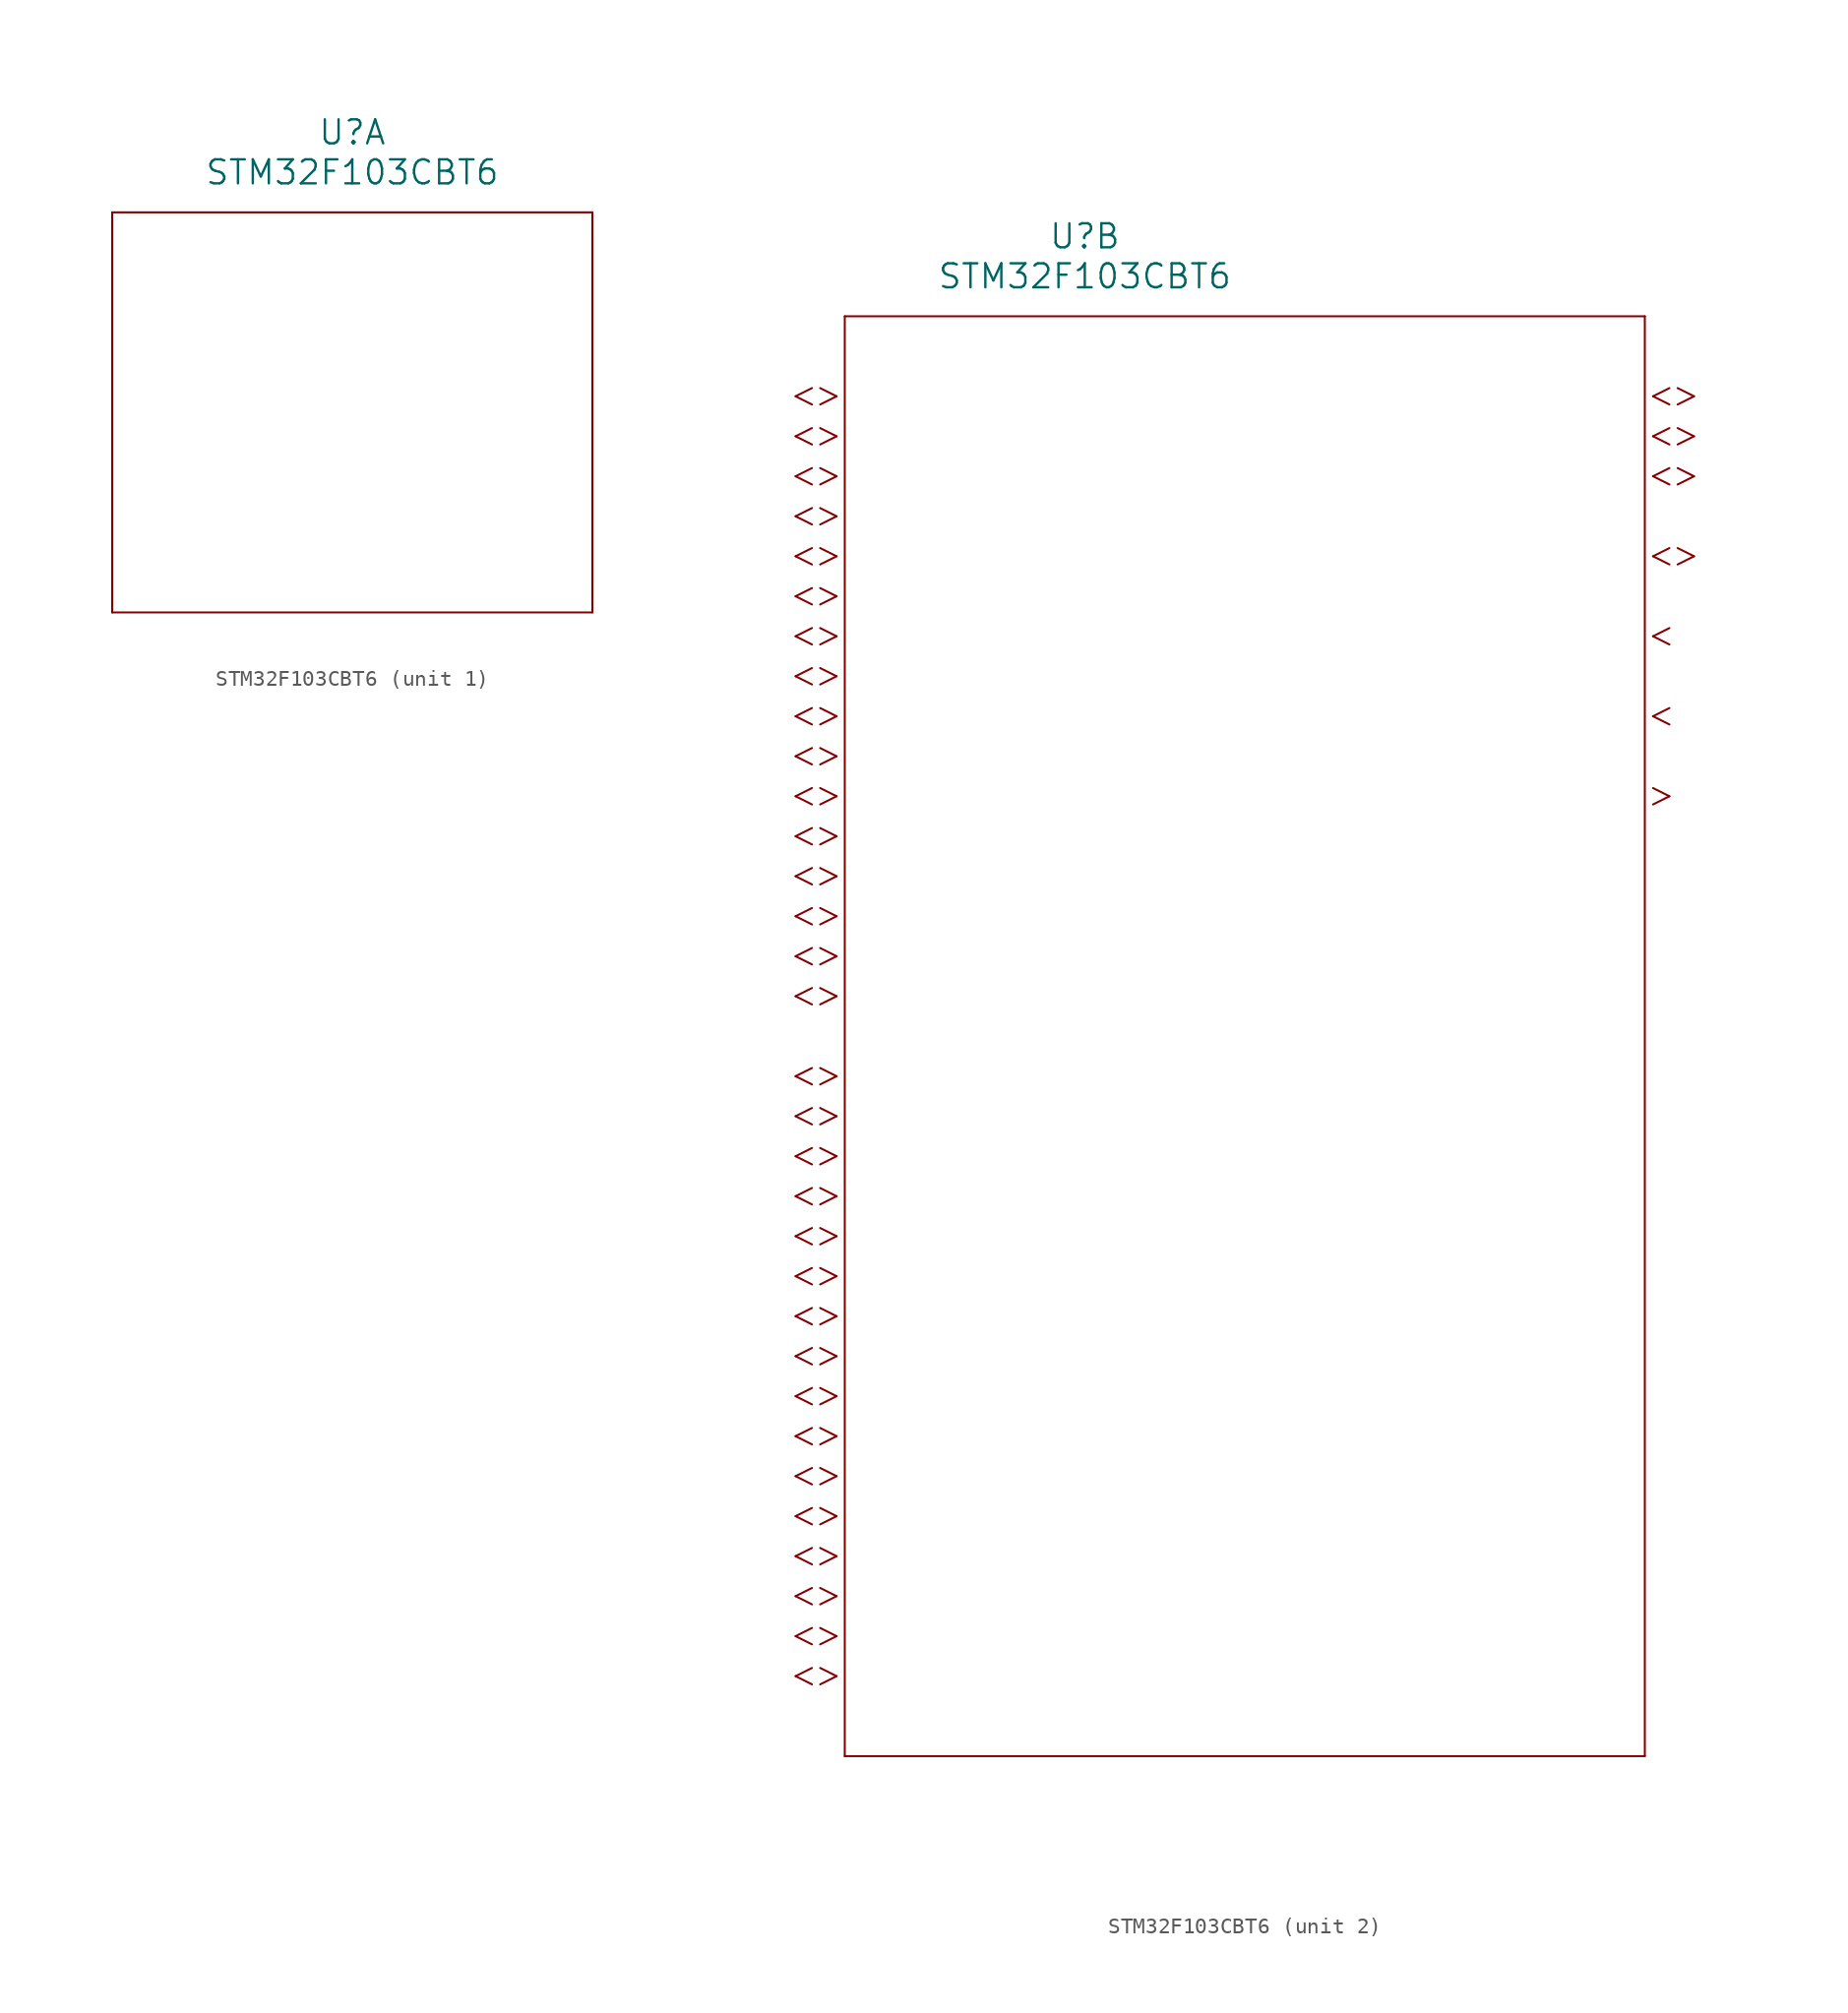
<source format=kicad_sym>
(kicad_symbol_lib
  (version 20211014)
  (generator kicad_symbol_editor)
  (symbol "STM32F103CBT6"
    (pin_names
      (offset 0.254))
    (property "Reference" "U"
      (at 22.86 10.16 0)
      (effects (font (size 1.524 1.524))))
    (property "Value" "STM32F103CBT6"
      (at 22.86 7.62 0)
      (effects (font (size 1.524 1.524))))
    (symbol "STM32F103CBT6_1_1"
      (polyline (pts (xy 7.62 5.08) (xy 7.62 -20.32)) (stroke (width 0.127) (type default) (color 0 0 0 0)) (fill (type none)))
      (polyline (pts (xy 7.62 -20.32) (xy 38.1 -20.32)) (stroke (width 0.127) (type default) (color 0 0 0 0)) (fill (type none)))
      (polyline (pts (xy 38.1 -20.32) (xy 38.1 5.08)) (stroke (width 0.127) (type default) (color 0 0 0 0)) (fill (type none)))
      (polyline (pts (xy 38.1 5.08) (xy 7.62 5.08)) (stroke (width 0.127) (type default) (color 0 0 0 0)) (fill (type none))))
    (symbol "STM32F103CBT6_2_1"
      (polyline (pts (xy 7.099 0) (xy 6.058 0.521)) (stroke (width 0.127) (type default) (color 0 0 0 0)) (fill (type none)))
      (polyline (pts (xy 7.099 0) (xy 6.058 -0.521)) (stroke (width 0.127) (type default) (color 0 0 0 0)) (fill (type none)))
      (polyline (pts (xy 5.537 0.521) (xy 4.496 0)) (stroke (width 0.127) (type default) (color 0 0 0 0)) (fill (type none)))
      (polyline (pts (xy 5.537 -0.521) (xy 4.496 0)) (stroke (width 0.127) (type default) (color 0 0 0 0)) (fill (type none)))
      (polyline (pts (xy 7.099 -2.54) (xy 6.058 -2.019)) (stroke (width 0.127) (type default) (color 0 0 0 0)) (fill (type none)))
      (polyline (pts (xy 7.099 -2.54) (xy 6.058 -3.061)) (stroke (width 0.127) (type default) (color 0 0 0 0)) (fill (type none)))
      (polyline (pts (xy 5.537 -2.019) (xy 4.496 -2.54)) (stroke (width 0.127) (type default) (color 0 0 0 0)) (fill (type none)))
      (polyline (pts (xy 5.537 -3.061) (xy 4.496 -2.54)) (stroke (width 0.127) (type default) (color 0 0 0 0)) (fill (type none)))
      (polyline (pts (xy 7.099 -5.08) (xy 6.058 -4.559)) (stroke (width 0.127) (type default) (color 0 0 0 0)) (fill (type none)))
      (polyline (pts (xy 7.099 -5.08) (xy 6.058 -5.601)) (stroke (width 0.127) (type default) (color 0 0 0 0)) (fill (type none)))
      (polyline (pts (xy 5.537 -4.559) (xy 4.496 -5.08)) (stroke (width 0.127) (type default) (color 0 0 0 0)) (fill (type none)))
      (polyline (pts (xy 5.537 -5.601) (xy 4.496 -5.08)) (stroke (width 0.127) (type default) (color 0 0 0 0)) (fill (type none)))
      (polyline (pts (xy 7.099 -7.62) (xy 6.058 -7.099)) (stroke (width 0.127) (type default) (color 0 0 0 0)) (fill (type none)))
      (polyline (pts (xy 7.099 -7.62) (xy 6.058 -8.141)) (stroke (width 0.127) (type default) (color 0 0 0 0)) (fill (type none)))
      (polyline (pts (xy 5.537 -7.099) (xy 4.496 -7.62)) (stroke (width 0.127) (type default) (color 0 0 0 0)) (fill (type none)))
      (polyline (pts (xy 5.537 -8.141) (xy 4.496 -7.62)) (stroke (width 0.127) (type default) (color 0 0 0 0)) (fill (type none)))
      (polyline (pts (xy 7.099 -10.16) (xy 6.058 -9.639)) (stroke (width 0.127) (type default) (color 0 0 0 0)) (fill (type none)))
      (polyline (pts (xy 7.099 -10.16) (xy 6.058 -10.681)) (stroke (width 0.127) (type default) (color 0 0 0 0)) (fill (type none)))
      (polyline (pts (xy 5.537 -9.639) (xy 4.496 -10.16)) (stroke (width 0.127) (type default) (color 0 0 0 0)) (fill (type none)))
      (polyline (pts (xy 5.537 -10.681) (xy 4.496 -10.16)) (stroke (width 0.127) (type default) (color 0 0 0 0)) (fill (type none)))
      (polyline (pts (xy 7.099 -12.7) (xy 6.058 -12.179)) (stroke (width 0.127) (type default) (color 0 0 0 0)) (fill (type none)))
      (polyline (pts (xy 7.099 -12.7) (xy 6.058 -13.221)) (stroke (width 0.127) (type default) (color 0 0 0 0)) (fill (type none)))
      (polyline (pts (xy 5.537 -12.179) (xy 4.496 -12.7)) (stroke (width 0.127) (type default) (color 0 0 0 0)) (fill (type none)))
      (polyline (pts (xy 5.537 -13.221) (xy 4.496 -12.7)) (stroke (width 0.127) (type default) (color 0 0 0 0)) (fill (type none)))
      (polyline (pts (xy 7.099 -15.24) (xy 6.058 -14.719)) (stroke (width 0.127) (type default) (color 0 0 0 0)) (fill (type none)))
      (polyline (pts (xy 7.099 -15.24) (xy 6.058 -15.761)) (stroke (width 0.127) (type default) (color 0 0 0 0)) (fill (type none)))
      (polyline (pts (xy 5.537 -14.719) (xy 4.496 -15.24)) (stroke (width 0.127) (type default) (color 0 0 0 0)) (fill (type none)))
      (polyline (pts (xy 5.537 -15.761) (xy 4.496 -15.24)) (stroke (width 0.127) (type default) (color 0 0 0 0)) (fill (type none)))
      (polyline (pts (xy 7.099 -17.78) (xy 6.058 -17.259)) (stroke (width 0.127) (type default) (color 0 0 0 0)) (fill (type none)))
      (polyline (pts (xy 7.099 -17.78) (xy 6.058 -18.301)) (stroke (width 0.127) (type default) (color 0 0 0 0)) (fill (type none)))
      (polyline (pts (xy 5.537 -17.259) (xy 4.496 -17.78)) (stroke (width 0.127) (type default) (color 0 0 0 0)) (fill (type none)))
      (polyline (pts (xy 5.537 -18.301) (xy 4.496 -17.78)) (stroke (width 0.127) (type default) (color 0 0 0 0)) (fill (type none)))
      (polyline (pts (xy 7.099 -20.32) (xy 6.058 -19.799)) (stroke (width 0.127) (type default) (color 0 0 0 0)) (fill (type none)))
      (polyline (pts (xy 7.099 -20.32) (xy 6.058 -20.841)) (stroke (width 0.127) (type default) (color 0 0 0 0)) (fill (type none)))
      (polyline (pts (xy 5.537 -19.799) (xy 4.496 -20.32)) (stroke (width 0.127) (type default) (color 0 0 0 0)) (fill (type none)))
      (polyline (pts (xy 5.537 -20.841) (xy 4.496 -20.32)) (stroke (width 0.127) (type default) (color 0 0 0 0)) (fill (type none)))
      (polyline (pts (xy 7.099 -22.86) (xy 6.058 -22.339)) (stroke (width 0.127) (type default) (color 0 0 0 0)) (fill (type none)))
      (polyline (pts (xy 7.099 -22.86) (xy 6.058 -23.381)) (stroke (width 0.127) (type default) (color 0 0 0 0)) (fill (type none)))
      (polyline (pts (xy 5.537 -22.339) (xy 4.496 -22.86)) (stroke (width 0.127) (type default) (color 0 0 0 0)) (fill (type none)))
      (polyline (pts (xy 5.537 -23.381) (xy 4.496 -22.86)) (stroke (width 0.127) (type default) (color 0 0 0 0)) (fill (type none)))
      (polyline (pts (xy 7.099 -25.4) (xy 6.058 -24.879)) (stroke (width 0.127) (type default) (color 0 0 0 0)) (fill (type none)))
      (polyline (pts (xy 7.099 -25.4) (xy 6.058 -25.921)) (stroke (width 0.127) (type default) (color 0 0 0 0)) (fill (type none)))
      (polyline (pts (xy 5.537 -24.879) (xy 4.496 -25.4)) (stroke (width 0.127) (type default) (color 0 0 0 0)) (fill (type none)))
      (polyline (pts (xy 5.537 -25.921) (xy 4.496 -25.4)) (stroke (width 0.127) (type default) (color 0 0 0 0)) (fill (type none)))
      (polyline (pts (xy 7.099 -27.94) (xy 6.058 -27.419)) (stroke (width 0.127) (type default) (color 0 0 0 0)) (fill (type none)))
      (polyline (pts (xy 7.099 -27.94) (xy 6.058 -28.461)) (stroke (width 0.127) (type default) (color 0 0 0 0)) (fill (type none)))
      (polyline (pts (xy 5.537 -27.419) (xy 4.496 -27.94)) (stroke (width 0.127) (type default) (color 0 0 0 0)) (fill (type none)))
      (polyline (pts (xy 5.537 -28.461) (xy 4.496 -27.94)) (stroke (width 0.127) (type default) (color 0 0 0 0)) (fill (type none)))
      (polyline (pts (xy 7.099 -30.48) (xy 6.058 -29.959)) (stroke (width 0.127) (type default) (color 0 0 0 0)) (fill (type none)))
      (polyline (pts (xy 7.099 -30.48) (xy 6.058 -31.001)) (stroke (width 0.127) (type default) (color 0 0 0 0)) (fill (type none)))
      (polyline (pts (xy 5.537 -29.959) (xy 4.496 -30.48)) (stroke (width 0.127) (type default) (color 0 0 0 0)) (fill (type none)))
      (polyline (pts (xy 5.537 -31.001) (xy 4.496 -30.48)) (stroke (width 0.127) (type default) (color 0 0 0 0)) (fill (type none)))
      (polyline (pts (xy 7.099 -33.02) (xy 6.058 -32.499)) (stroke (width 0.127) (type default) (color 0 0 0 0)) (fill (type none)))
      (polyline (pts (xy 7.099 -33.02) (xy 6.058 -33.541)) (stroke (width 0.127) (type default) (color 0 0 0 0)) (fill (type none)))
      (polyline (pts (xy 5.537 -32.499) (xy 4.496 -33.02)) (stroke (width 0.127) (type default) (color 0 0 0 0)) (fill (type none)))
      (polyline (pts (xy 5.537 -33.541) (xy 4.496 -33.02)) (stroke (width 0.127) (type default) (color 0 0 0 0)) (fill (type none)))
      (polyline (pts (xy 7.099 -35.56) (xy 6.058 -35.039)) (stroke (width 0.127) (type default) (color 0 0 0 0)) (fill (type none)))
      (polyline (pts (xy 7.099 -35.56) (xy 6.058 -36.081)) (stroke (width 0.127) (type default) (color 0 0 0 0)) (fill (type none)))
      (polyline (pts (xy 5.537 -35.039) (xy 4.496 -35.56)) (stroke (width 0.127) (type default) (color 0 0 0 0)) (fill (type none)))
      (polyline (pts (xy 5.537 -36.081) (xy 4.496 -35.56)) (stroke (width 0.127) (type default) (color 0 0 0 0)) (fill (type none)))
      (polyline (pts (xy 7.099 -38.1) (xy 6.058 -37.579)) (stroke (width 0.127) (type default) (color 0 0 0 0)) (fill (type none)))
      (polyline (pts (xy 7.099 -38.1) (xy 6.058 -38.621)) (stroke (width 0.127) (type default) (color 0 0 0 0)) (fill (type none)))
      (polyline (pts (xy 5.537 -37.579) (xy 4.496 -38.1)) (stroke (width 0.127) (type default) (color 0 0 0 0)) (fill (type none)))
      (polyline (pts (xy 5.537 -38.621) (xy 4.496 -38.1)) (stroke (width 0.127) (type default) (color 0 0 0 0)) (fill (type none)))
      (polyline (pts (xy 7.099 -43.18) (xy 6.058 -42.659)) (stroke (width 0.127) (type default) (color 0 0 0 0)) (fill (type none)))
      (polyline (pts (xy 7.099 -43.18) (xy 6.058 -43.701)) (stroke (width 0.127) (type default) (color 0 0 0 0)) (fill (type none)))
      (polyline (pts (xy 5.537 -42.659) (xy 4.496 -43.18)) (stroke (width 0.127) (type default) (color 0 0 0 0)) (fill (type none)))
      (polyline (pts (xy 5.537 -43.701) (xy 4.496 -43.18)) (stroke (width 0.127) (type default) (color 0 0 0 0)) (fill (type none)))
      (polyline (pts (xy 7.099 -45.72) (xy 6.058 -45.199)) (stroke (width 0.127) (type default) (color 0 0 0 0)) (fill (type none)))
      (polyline (pts (xy 7.099 -45.72) (xy 6.058 -46.241)) (stroke (width 0.127) (type default) (color 0 0 0 0)) (fill (type none)))
      (polyline (pts (xy 5.537 -45.199) (xy 4.496 -45.72)) (stroke (width 0.127) (type default) (color 0 0 0 0)) (fill (type none)))
      (polyline (pts (xy 5.537 -46.241) (xy 4.496 -45.72)) (stroke (width 0.127) (type default) (color 0 0 0 0)) (fill (type none)))
      (polyline (pts (xy 7.099 -48.26) (xy 6.058 -47.739)) (stroke (width 0.127) (type default) (color 0 0 0 0)) (fill (type none)))
      (polyline (pts (xy 7.099 -48.26) (xy 6.058 -48.781)) (stroke (width 0.127) (type default) (color 0 0 0 0)) (fill (type none)))
      (polyline (pts (xy 5.537 -47.739) (xy 4.496 -48.26)) (stroke (width 0.127) (type default) (color 0 0 0 0)) (fill (type none)))
      (polyline (pts (xy 5.537 -48.781) (xy 4.496 -48.26)) (stroke (width 0.127) (type default) (color 0 0 0 0)) (fill (type none)))
      (polyline (pts (xy 7.099 -50.8) (xy 6.058 -50.279)) (stroke (width 0.127) (type default) (color 0 0 0 0)) (fill (type none)))
      (polyline (pts (xy 7.099 -50.8) (xy 6.058 -51.321)) (stroke (width 0.127) (type default) (color 0 0 0 0)) (fill (type none)))
      (polyline (pts (xy 5.537 -50.279) (xy 4.496 -50.8)) (stroke (width 0.127) (type default) (color 0 0 0 0)) (fill (type none)))
      (polyline (pts (xy 5.537 -51.321) (xy 4.496 -50.8)) (stroke (width 0.127) (type default) (color 0 0 0 0)) (fill (type none)))
      (polyline (pts (xy 7.099 -53.34) (xy 6.058 -52.819)) (stroke (width 0.127) (type default) (color 0 0 0 0)) (fill (type none)))
      (polyline (pts (xy 7.099 -53.34) (xy 6.058 -53.861)) (stroke (width 0.127) (type default) (color 0 0 0 0)) (fill (type none)))
      (polyline (pts (xy 5.537 -52.819) (xy 4.496 -53.34)) (stroke (width 0.127) (type default) (color 0 0 0 0)) (fill (type none)))
      (polyline (pts (xy 5.537 -53.861) (xy 4.496 -53.34)) (stroke (width 0.127) (type default) (color 0 0 0 0)) (fill (type none)))
      (polyline (pts (xy 7.099 -55.88) (xy 6.058 -55.359)) (stroke (width 0.127) (type default) (color 0 0 0 0)) (fill (type none)))
      (polyline (pts (xy 7.099 -55.88) (xy 6.058 -56.401)) (stroke (width 0.127) (type default) (color 0 0 0 0)) (fill (type none)))
      (polyline (pts (xy 5.537 -55.359) (xy 4.496 -55.88)) (stroke (width 0.127) (type default) (color 0 0 0 0)) (fill (type none)))
      (polyline (pts (xy 5.537 -56.401) (xy 4.496 -55.88)) (stroke (width 0.127) (type default) (color 0 0 0 0)) (fill (type none)))
      (polyline (pts (xy 7.099 -58.42) (xy 6.058 -57.899)) (stroke (width 0.127) (type default) (color 0 0 0 0)) (fill (type none)))
      (polyline (pts (xy 7.099 -58.42) (xy 6.058 -58.941)) (stroke (width 0.127) (type default) (color 0 0 0 0)) (fill (type none)))
      (polyline (pts (xy 5.537 -57.899) (xy 4.496 -58.42)) (stroke (width 0.127) (type default) (color 0 0 0 0)) (fill (type none)))
      (polyline (pts (xy 5.537 -58.941) (xy 4.496 -58.42)) (stroke (width 0.127) (type default) (color 0 0 0 0)) (fill (type none)))
      (polyline (pts (xy 7.099 -60.96) (xy 6.058 -60.439)) (stroke (width 0.127) (type default) (color 0 0 0 0)) (fill (type none)))
      (polyline (pts (xy 7.099 -60.96) (xy 6.058 -61.481)) (stroke (width 0.127) (type default) (color 0 0 0 0)) (fill (type none)))
      (polyline (pts (xy 5.537 -60.439) (xy 4.496 -60.96)) (stroke (width 0.127) (type default) (color 0 0 0 0)) (fill (type none)))
      (polyline (pts (xy 5.537 -61.481) (xy 4.496 -60.96)) (stroke (width 0.127) (type default) (color 0 0 0 0)) (fill (type none)))
      (polyline (pts (xy 7.099 -63.5) (xy 6.058 -62.979)) (stroke (width 0.127) (type default) (color 0 0 0 0)) (fill (type none)))
      (polyline (pts (xy 7.099 -63.5) (xy 6.058 -64.021)) (stroke (width 0.127) (type default) (color 0 0 0 0)) (fill (type none)))
      (polyline (pts (xy 5.537 -62.979) (xy 4.496 -63.5)) (stroke (width 0.127) (type default) (color 0 0 0 0)) (fill (type none)))
      (polyline (pts (xy 5.537 -64.021) (xy 4.496 -63.5)) (stroke (width 0.127) (type default) (color 0 0 0 0)) (fill (type none)))
      (polyline (pts (xy 7.099 -66.04) (xy 6.058 -65.519)) (stroke (width 0.127) (type default) (color 0 0 0 0)) (fill (type none)))
      (polyline (pts (xy 7.099 -66.04) (xy 6.058 -66.561)) (stroke (width 0.127) (type default) (color 0 0 0 0)) (fill (type none)))
      (polyline (pts (xy 5.537 -65.519) (xy 4.496 -66.04)) (stroke (width 0.127) (type default) (color 0 0 0 0)) (fill (type none)))
      (polyline (pts (xy 5.537 -66.561) (xy 4.496 -66.04)) (stroke (width 0.127) (type default) (color 0 0 0 0)) (fill (type none)))
      (polyline (pts (xy 7.099 -68.58) (xy 6.058 -68.059)) (stroke (width 0.127) (type default) (color 0 0 0 0)) (fill (type none)))
      (polyline (pts (xy 7.099 -68.58) (xy 6.058 -69.101)) (stroke (width 0.127) (type default) (color 0 0 0 0)) (fill (type none)))
      (polyline (pts (xy 5.537 -68.059) (xy 4.496 -68.58)) (stroke (width 0.127) (type default) (color 0 0 0 0)) (fill (type none)))
      (polyline (pts (xy 5.537 -69.101) (xy 4.496 -68.58)) (stroke (width 0.127) (type default) (color 0 0 0 0)) (fill (type none)))
      (polyline (pts (xy 7.099 -71.12) (xy 6.058 -70.599)) (stroke (width 0.127) (type default) (color 0 0 0 0)) (fill (type none)))
      (polyline (pts (xy 7.099 -71.12) (xy 6.058 -71.641)) (stroke (width 0.127) (type default) (color 0 0 0 0)) (fill (type none)))
      (polyline (pts (xy 5.537 -70.599) (xy 4.496 -71.12)) (stroke (width 0.127) (type default) (color 0 0 0 0)) (fill (type none)))
      (polyline (pts (xy 5.537 -71.641) (xy 4.496 -71.12)) (stroke (width 0.127) (type default) (color 0 0 0 0)) (fill (type none)))
      (polyline (pts (xy 7.099 -73.66) (xy 6.058 -73.139)) (stroke (width 0.127) (type default) (color 0 0 0 0)) (fill (type none)))
      (polyline (pts (xy 7.099 -73.66) (xy 6.058 -74.181)) (stroke (width 0.127) (type default) (color 0 0 0 0)) (fill (type none)))
      (polyline (pts (xy 5.537 -73.139) (xy 4.496 -73.66)) (stroke (width 0.127) (type default) (color 0 0 0 0)) (fill (type none)))
      (polyline (pts (xy 5.537 -74.181) (xy 4.496 -73.66)) (stroke (width 0.127) (type default) (color 0 0 0 0)) (fill (type none)))
      (polyline (pts (xy 7.099 -76.2) (xy 6.058 -75.679)) (stroke (width 0.127) (type default) (color 0 0 0 0)) (fill (type none)))
      (polyline (pts (xy 7.099 -76.2) (xy 6.058 -76.721)) (stroke (width 0.127) (type default) (color 0 0 0 0)) (fill (type none)))
      (polyline (pts (xy 5.537 -75.679) (xy 4.496 -76.2)) (stroke (width 0.127) (type default) (color 0 0 0 0)) (fill (type none)))
      (polyline (pts (xy 5.537 -76.721) (xy 4.496 -76.2)) (stroke (width 0.127) (type default) (color 0 0 0 0)) (fill (type none)))
      (polyline (pts (xy 7.099 -78.74) (xy 6.058 -78.219)) (stroke (width 0.127) (type default) (color 0 0 0 0)) (fill (type none)))
      (polyline (pts (xy 7.099 -78.74) (xy 6.058 -79.261)) (stroke (width 0.127) (type default) (color 0 0 0 0)) (fill (type none)))
      (polyline (pts (xy 5.537 -78.219) (xy 4.496 -78.74)) (stroke (width 0.127) (type default) (color 0 0 0 0)) (fill (type none)))
      (polyline (pts (xy 5.537 -79.261) (xy 4.496 -78.74)) (stroke (width 0.127) (type default) (color 0 0 0 0)) (fill (type none)))
      (polyline (pts (xy 7.099 -81.28) (xy 6.058 -80.759)) (stroke (width 0.127) (type default) (color 0 0 0 0)) (fill (type none)))
      (polyline (pts (xy 7.099 -81.28) (xy 6.058 -81.801)) (stroke (width 0.127) (type default) (color 0 0 0 0)) (fill (type none)))
      (polyline (pts (xy 5.537 -80.759) (xy 4.496 -81.28)) (stroke (width 0.127) (type default) (color 0 0 0 0)) (fill (type none)))
      (polyline (pts (xy 5.537 -81.801) (xy 4.496 -81.28)) (stroke (width 0.127) (type default) (color 0 0 0 0)) (fill (type none)))
      (polyline (pts (xy 58.941 0) (xy 59.982 0.521)) (stroke (width 0.127) (type default) (color 0 0 0 0)) (fill (type none)))
      (polyline (pts (xy 58.941 0) (xy 59.982 -0.521)) (stroke (width 0.127) (type default) (color 0 0 0 0)) (fill (type none)))
      (polyline (pts (xy 60.503 0.521) (xy 61.544 0)) (stroke (width 0.127) (type default) (color 0 0 0 0)) (fill (type none)))
      (polyline (pts (xy 60.503 -0.521) (xy 61.544 0)) (stroke (width 0.127) (type default) (color 0 0 0 0)) (fill (type none)))
      (polyline (pts (xy 58.941 -2.54) (xy 59.982 -2.019)) (stroke (width 0.127) (type default) (color 0 0 0 0)) (fill (type none)))
      (polyline (pts (xy 58.941 -2.54) (xy 59.982 -3.061)) (stroke (width 0.127) (type default) (color 0 0 0 0)) (fill (type none)))
      (polyline (pts (xy 60.503 -2.019) (xy 61.544 -2.54)) (stroke (width 0.127) (type default) (color 0 0 0 0)) (fill (type none)))
      (polyline (pts (xy 60.503 -3.061) (xy 61.544 -2.54)) (stroke (width 0.127) (type default) (color 0 0 0 0)) (fill (type none)))
      (polyline (pts (xy 58.941 -5.08) (xy 59.982 -4.559)) (stroke (width 0.127) (type default) (color 0 0 0 0)) (fill (type none)))
      (polyline (pts (xy 58.941 -5.08) (xy 59.982 -5.601)) (stroke (width 0.127) (type default) (color 0 0 0 0)) (fill (type none)))
      (polyline (pts (xy 60.503 -4.559) (xy 61.544 -5.08)) (stroke (width 0.127) (type default) (color 0 0 0 0)) (fill (type none)))
      (polyline (pts (xy 60.503 -5.601) (xy 61.544 -5.08)) (stroke (width 0.127) (type default) (color 0 0 0 0)) (fill (type none)))
      (polyline (pts (xy 58.941 -10.16) (xy 59.982 -9.639)) (stroke (width 0.127) (type default) (color 0 0 0 0)) (fill (type none)))
      (polyline (pts (xy 58.941 -10.16) (xy 59.982 -10.681)) (stroke (width 0.127) (type default) (color 0 0 0 0)) (fill (type none)))
      (polyline (pts (xy 60.503 -9.639) (xy 61.544 -10.16)) (stroke (width 0.127) (type default) (color 0 0 0 0)) (fill (type none)))
      (polyline (pts (xy 60.503 -10.681) (xy 61.544 -10.16)) (stroke (width 0.127) (type default) (color 0 0 0 0)) (fill (type none)))
      (polyline (pts (xy 58.941 -15.24) (xy 59.982 -14.719)) (stroke (width 0.127) (type default) (color 0 0 0 0)) (fill (type none)))
      (polyline (pts (xy 58.941 -15.24) (xy 59.982 -15.761)) (stroke (width 0.127) (type default) (color 0 0 0 0)) (fill (type none)))
      (polyline (pts (xy 58.941 -20.32) (xy 59.982 -19.799)) (stroke (width 0.127) (type default) (color 0 0 0 0)) (fill (type none)))
      (polyline (pts (xy 58.941 -20.32) (xy 59.982 -20.841)) (stroke (width 0.127) (type default) (color 0 0 0 0)) (fill (type none)))
      (polyline (pts (xy 58.941 -24.879) (xy 59.982 -25.4)) (stroke (width 0.127) (type default) (color 0 0 0 0)) (fill (type none)))
      (polyline (pts (xy 58.941 -25.921) (xy 59.982 -25.4)) (stroke (width 0.127) (type default) (color 0 0 0 0)) (fill (type none)))
      (polyline (pts (xy 7.62 5.08) (xy 7.62 -86.36)) (stroke (width 0.127) (type default) (color 0 0 0 0)) (fill (type none)))
      (polyline (pts (xy 7.62 -86.36) (xy 58.42 -86.36)) (stroke (width 0.127) (type default) (color 0 0 0 0)) (fill (type none)))
      (polyline (pts (xy 58.42 -86.36) (xy 58.42 5.08)) (stroke (width 0.127) (type default) (color 0 0 0 0)) (fill (type none)))
      (polyline (pts (xy 58.42 5.08) (xy 7.62 5.08)) (stroke (width 0.127) (type default) (color 0 0 0 0)) (fill (type none))))))
</source>
